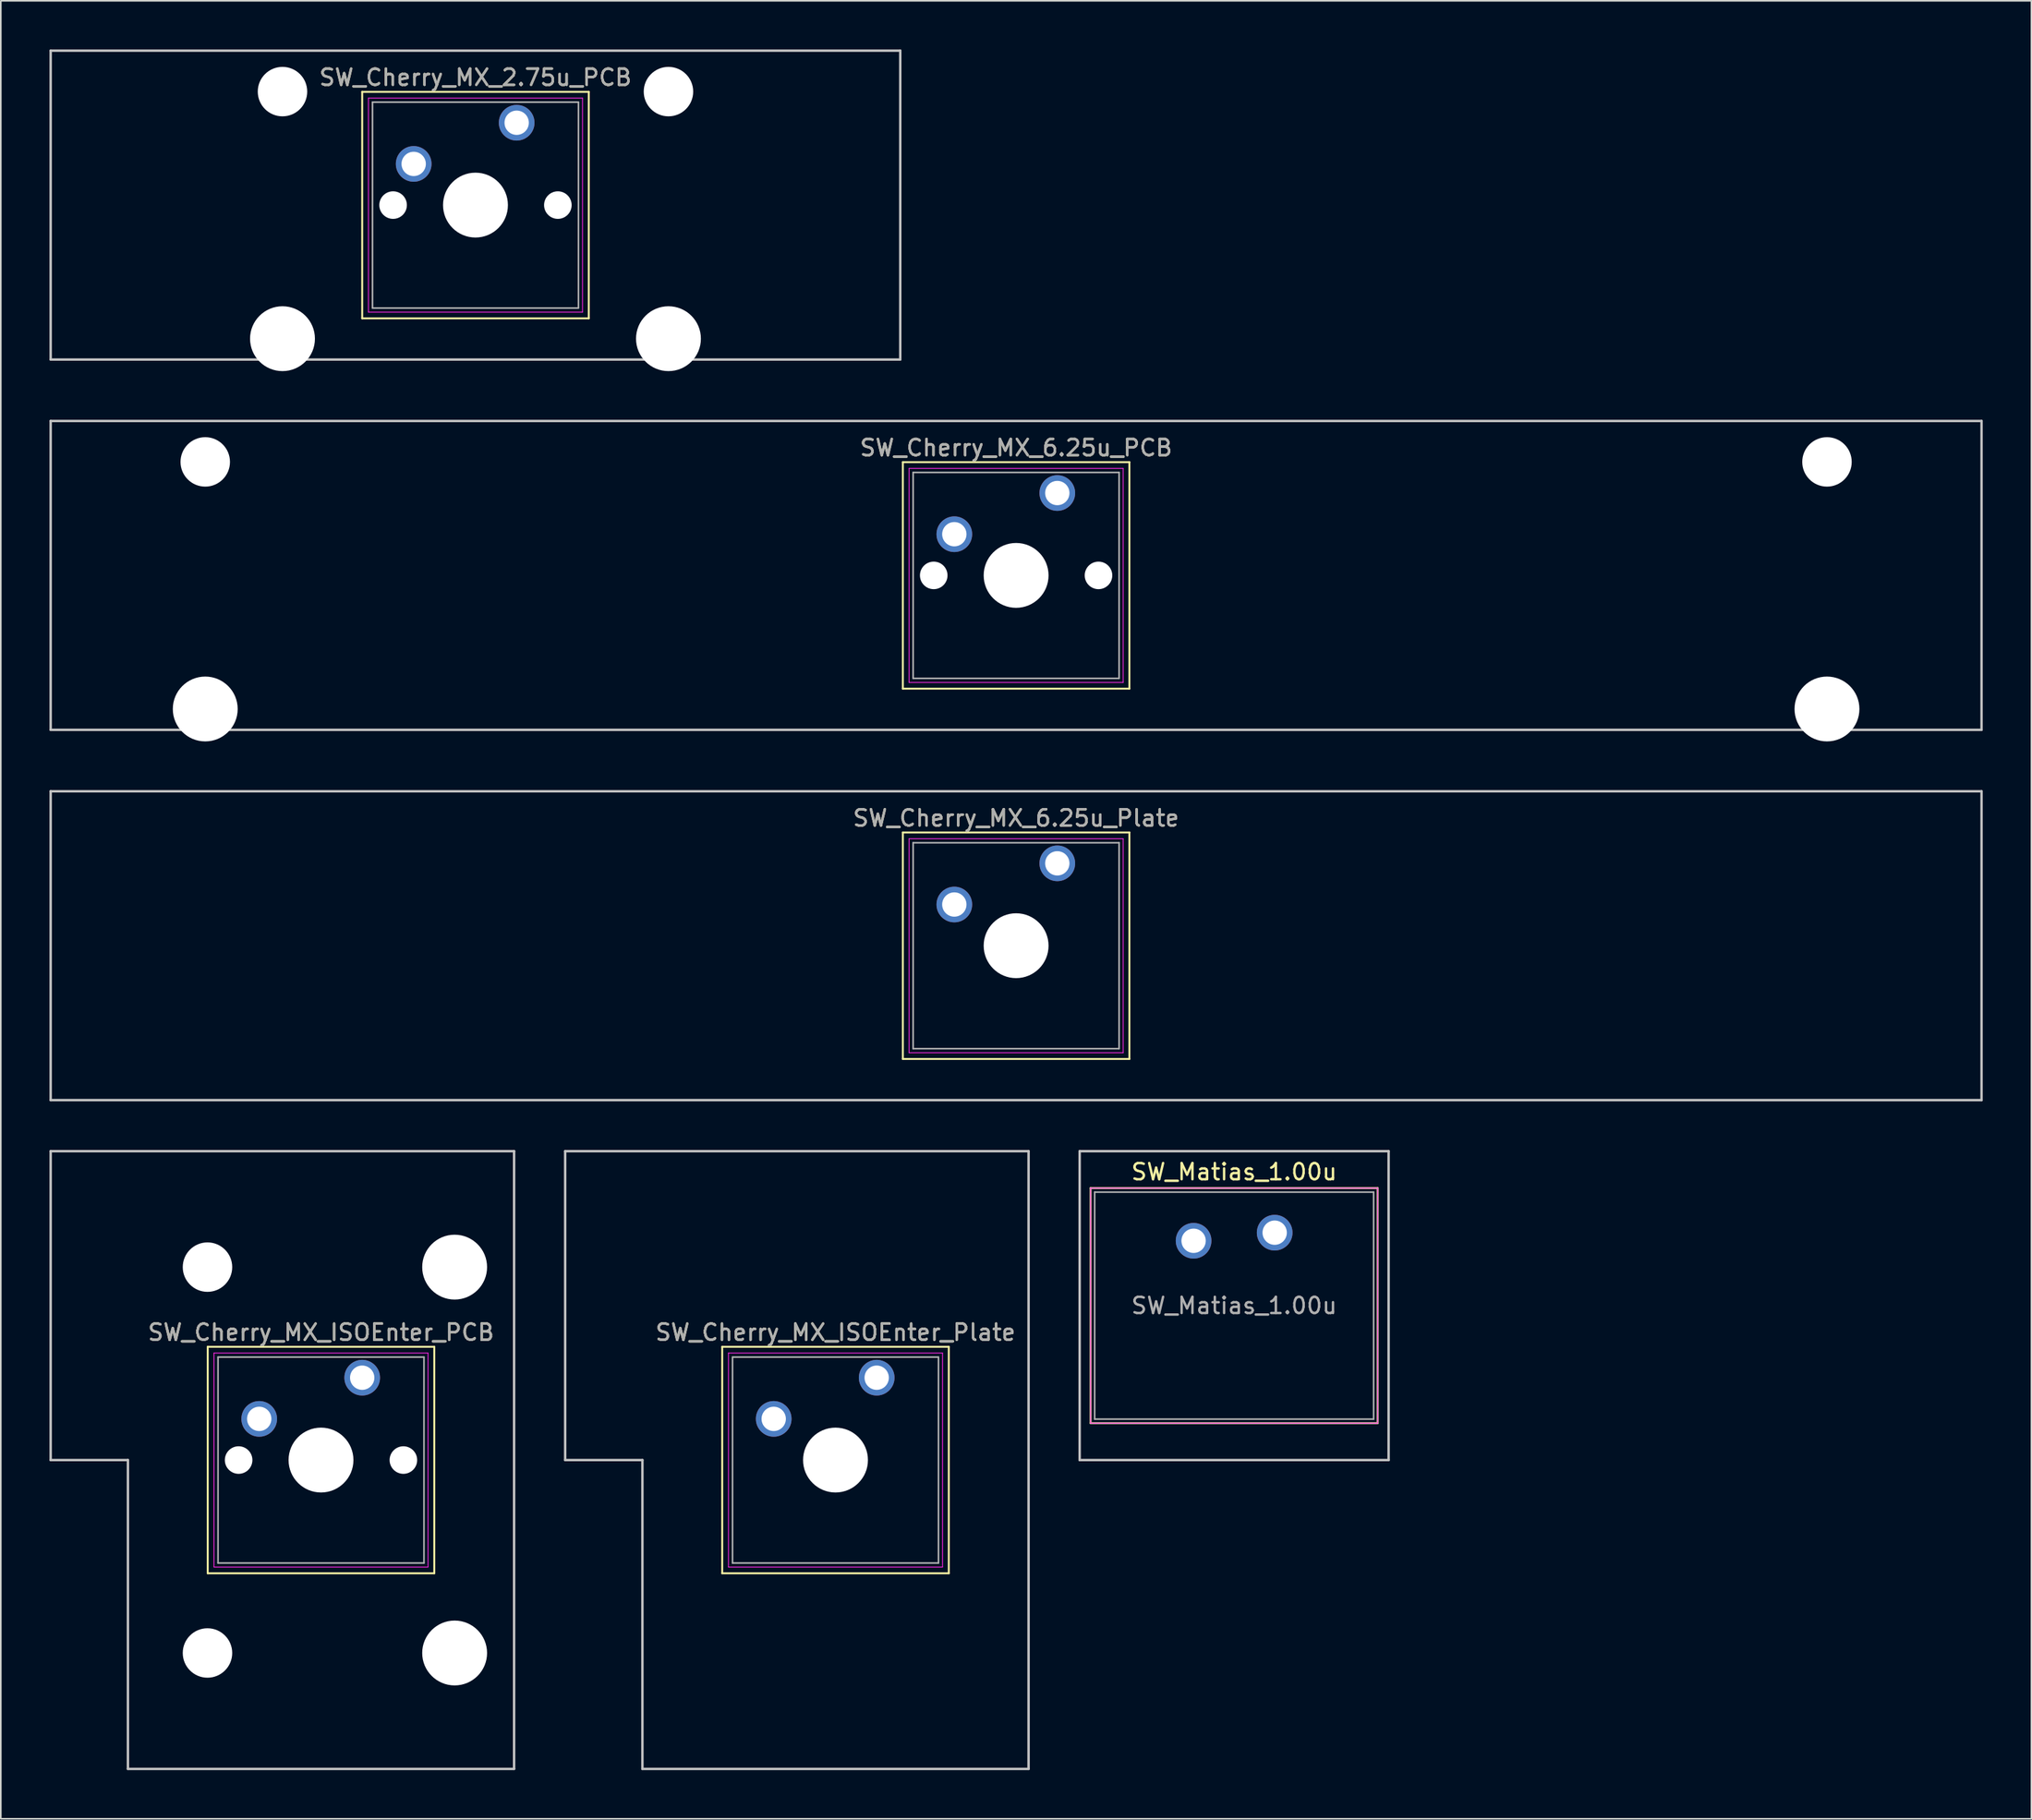
<source format=kicad_pcb>
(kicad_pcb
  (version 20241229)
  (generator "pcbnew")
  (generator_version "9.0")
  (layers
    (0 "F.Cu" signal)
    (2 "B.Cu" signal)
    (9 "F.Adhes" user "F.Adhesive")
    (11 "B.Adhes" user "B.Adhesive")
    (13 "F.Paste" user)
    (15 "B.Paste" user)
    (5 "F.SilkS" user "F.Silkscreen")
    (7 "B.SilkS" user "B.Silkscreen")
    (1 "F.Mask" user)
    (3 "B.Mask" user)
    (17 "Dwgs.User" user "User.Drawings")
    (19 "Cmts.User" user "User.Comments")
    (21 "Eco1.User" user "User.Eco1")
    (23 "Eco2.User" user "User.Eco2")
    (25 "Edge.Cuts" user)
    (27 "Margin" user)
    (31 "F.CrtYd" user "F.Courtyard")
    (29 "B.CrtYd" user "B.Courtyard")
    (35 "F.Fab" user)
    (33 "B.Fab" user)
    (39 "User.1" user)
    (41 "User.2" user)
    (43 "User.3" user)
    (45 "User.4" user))
  (footprint "SW_Cherry_MX_ISOEnter_PCB"
    (layer "F.Cu")
    (at 19.284 81.925)
    (property "Reference" "SW_Cherry_MX_ISOEnter_PCB" (at -2.54 -2.794 0) (layer "F.SilkS") (effects (font (size 1 1) (thickness 0.15))))
    (attr through_hole)
    (fp_line (start -9.525 -1.905) (end 4.445 -1.905) (stroke (width 0.12) (type solid)) (layer "F.SilkS"))
    (fp_line (start -9.525 12.065) (end -9.525 -1.905) (stroke (width 0.12) (type solid)) (layer "F.SilkS"))
    (fp_line (start 4.445 -1.905) (end 4.445 12.065) (stroke (width 0.12) (type solid)) (layer "F.SilkS"))
    (fp_line (start 4.445 12.065) (end -9.525 12.065) (stroke (width 0.12) (type solid)) (layer "F.SilkS"))
    (fp_line (start -19.209 -13.97) (end 9.366 -13.97) (stroke (width 0.15) (type solid)) (layer "Dwgs.User"))
    (fp_line (start -19.209 5.08) (end -19.209 -13.97) (stroke (width 0.15) (type solid)) (layer "Dwgs.User"))
    (fp_line (start -14.446 5.08) (end -19.209 5.08) (stroke (width 0.15) (type solid)) (layer "Dwgs.User"))
    (fp_line (start -14.446 24.13) (end -14.446 5.08) (stroke (width 0.15) (type solid)) (layer "Dwgs.User"))
    (fp_line (start 9.366 -13.97) (end 9.366 24.13) (stroke (width 0.15) (type solid)) (layer "Dwgs.User"))
    (fp_line (start 9.366 24.13) (end -14.446 24.13) (stroke (width 0.15) (type solid)) (layer "Dwgs.User"))
    (fp_line (start -9.14 -1.52) (end 4.06 -1.52) (stroke (width 0.05) (type solid)) (layer "F.CrtYd"))
    (fp_line (start -9.14 11.68) (end -9.14 -1.52) (stroke (width 0.05) (type solid)) (layer "F.CrtYd"))
    (fp_line (start 4.06 -1.52) (end 4.06 11.68) (stroke (width 0.05) (type solid)) (layer "F.CrtYd"))
    (fp_line (start 4.06 11.68) (end -9.14 11.68) (stroke (width 0.05) (type solid)) (layer "F.CrtYd"))
    (fp_line (start -8.89 -1.27) (end 3.81 -1.27) (stroke (width 0.1) (type solid)) (layer "F.Fab"))
    (fp_line (start -8.89 11.43) (end -8.89 -1.27) (stroke (width 0.1) (type solid)) (layer "F.Fab"))
    (fp_line (start 3.81 -1.27) (end 3.81 11.43) (stroke (width 0.1) (type solid)) (layer "F.Fab"))
    (fp_line (start 3.81 11.43) (end -8.89 11.43) (stroke (width 0.1) (type solid)) (layer "F.Fab"))
    (fp_text user "${REFERENCE}" (at -2.54 -2.794 0) (layer "F.Fab") (effects (font (size 1 1) (thickness 0.15))))
    (pad "" np_thru_hole circle (at -9.54 -6.82) (size 3.05 3.05) (drill 3.05) (layers "*.Cu" "*.Mask"))
    (pad "" np_thru_hole circle (at -9.54 16.98) (size 3.05 3.05) (drill 3.05) (layers "*.Cu" "*.Mask"))
    (pad "" np_thru_hole circle (at -7.62 5.08) (size 1.7 1.7) (drill 1.7) (layers "*.Cu" "*.Mask"))
    (pad "" np_thru_hole circle (at -2.54 5.08) (size 4 4) (drill 4) (layers "*.Cu" "*.Mask"))
    (pad "" np_thru_hole circle (at 2.54 5.08) (size 1.7 1.7) (drill 1.7) (layers "*.Cu" "*.Mask"))
    (pad "" np_thru_hole circle (at 5.7 -6.82) (size 4 4) (drill 4) (layers "*.Cu" "*.Mask"))
    (pad "" np_thru_hole circle (at 5.7 16.98) (size 4 4) (drill 4) (layers "*.Cu" "*.Mask"))
    (pad "1" thru_hole circle (at 0 0) (size 2.2 2.2) (drill 1.5) (layers "*.Cu" "*.Mask"))
    (pad "2" thru_hole circle (at -6.35 2.54) (size 2.2 2.2) (drill 1.5) (layers "*.Cu" "*.Mask")))
  (footprint "SW_Cherry_MX_ISOEnter_Plate"
    (layer "F.Cu")
    (at 51.009 81.925)
    (property "Reference" "SW_Cherry_MX_ISOEnter_Plate" (at -2.54 -2.794 0) (layer "F.SilkS") (effects (font (size 1 1) (thickness 0.15))))
    (attr through_hole)
    (fp_line (start -9.525 -1.905) (end 4.445 -1.905) (stroke (width 0.12) (type solid)) (layer "F.SilkS"))
    (fp_line (start -9.525 12.065) (end -9.525 -1.905) (stroke (width 0.12) (type solid)) (layer "F.SilkS"))
    (fp_line (start 4.445 -1.905) (end 4.445 12.065) (stroke (width 0.12) (type solid)) (layer "F.SilkS"))
    (fp_line (start 4.445 12.065) (end -9.525 12.065) (stroke (width 0.12) (type solid)) (layer "F.SilkS"))
    (fp_line (start -19.209 -13.97) (end 9.366 -13.97) (stroke (width 0.15) (type solid)) (layer "Dwgs.User"))
    (fp_line (start -19.209 5.08) (end -19.209 -13.97) (stroke (width 0.15) (type solid)) (layer "Dwgs.User"))
    (fp_line (start -14.446 5.08) (end -19.209 5.08) (stroke (width 0.15) (type solid)) (layer "Dwgs.User"))
    (fp_line (start -14.446 24.13) (end -14.446 5.08) (stroke (width 0.15) (type solid)) (layer "Dwgs.User"))
    (fp_line (start 9.366 -13.97) (end 9.366 24.13) (stroke (width 0.15) (type solid)) (layer "Dwgs.User"))
    (fp_line (start 9.366 24.13) (end -14.446 24.13) (stroke (width 0.15) (type solid)) (layer "Dwgs.User"))
    (fp_line (start -9.14 -1.52) (end 4.06 -1.52) (stroke (width 0.05) (type solid)) (layer "F.CrtYd"))
    (fp_line (start -9.14 11.68) (end -9.14 -1.52) (stroke (width 0.05) (type solid)) (layer "F.CrtYd"))
    (fp_line (start 4.06 -1.52) (end 4.06 11.68) (stroke (width 0.05) (type solid)) (layer "F.CrtYd"))
    (fp_line (start 4.06 11.68) (end -9.14 11.68) (stroke (width 0.05) (type solid)) (layer "F.CrtYd"))
    (fp_line (start -8.89 -1.27) (end 3.81 -1.27) (stroke (width 0.1) (type solid)) (layer "F.Fab"))
    (fp_line (start -8.89 11.43) (end -8.89 -1.27) (stroke (width 0.1) (type solid)) (layer "F.Fab"))
    (fp_line (start 3.81 -1.27) (end 3.81 11.43) (stroke (width 0.1) (type solid)) (layer "F.Fab"))
    (fp_line (start 3.81 11.43) (end -8.89 11.43) (stroke (width 0.1) (type solid)) (layer "F.Fab"))
    (fp_text user "${REFERENCE}" (at -2.54 -2.794 0) (layer "F.Fab") (effects (font (size 1 1) (thickness 0.15))))
    (pad "" np_thru_hole circle (at -2.54 5.08) (size 4 4) (drill 4) (layers "*.Cu" "*.Mask"))
    (pad "1" thru_hole circle (at 0 0) (size 2.2 2.2) (drill 1.5) (layers "*.Cu" "*.Mask"))
    (pad "2" thru_hole circle (at -6.35 2.54) (size 2.2 2.2) (drill 1.5) (layers "*.Cu" "*.Mask")))
  (footprint "SW_Cherry_MX_6.25u_PCB"
    (layer "F.Cu")
    (at 62.146 27.36)
    (property "Reference" "SW_Cherry_MX_6.25u_PCB" (at -2.54 -2.794 0) (layer "F.SilkS") (effects (font (size 1 1) (thickness 0.15))))
    (attr through_hole)
    (fp_line (start -9.525 -1.905) (end 4.445 -1.905) (stroke (width 0.12) (type solid)) (layer "F.SilkS"))
    (fp_line (start -9.525 12.065) (end -9.525 -1.905) (stroke (width 0.12) (type solid)) (layer "F.SilkS"))
    (fp_line (start 4.445 -1.905) (end 4.445 12.065) (stroke (width 0.12) (type solid)) (layer "F.SilkS"))
    (fp_line (start 4.445 12.065) (end -9.525 12.065) (stroke (width 0.12) (type solid)) (layer "F.SilkS"))
    (fp_line (start -62.071 -4.445) (end 56.991 -4.445) (stroke (width 0.15) (type solid)) (layer "Dwgs.User"))
    (fp_line (start -62.071 14.605) (end -62.071 -4.445) (stroke (width 0.15) (type solid)) (layer "Dwgs.User"))
    (fp_line (start 56.991 -4.445) (end 56.991 14.605) (stroke (width 0.15) (type solid)) (layer "Dwgs.User"))
    (fp_line (start 56.991 14.605) (end -62.071 14.605) (stroke (width 0.15) (type solid)) (layer "Dwgs.User"))
    (fp_line (start -9.14 -1.52) (end 4.06 -1.52) (stroke (width 0.05) (type solid)) (layer "F.CrtYd"))
    (fp_line (start -9.14 11.68) (end -9.14 -1.52) (stroke (width 0.05) (type solid)) (layer "F.CrtYd"))
    (fp_line (start 4.06 -1.52) (end 4.06 11.68) (stroke (width 0.05) (type solid)) (layer "F.CrtYd"))
    (fp_line (start 4.06 11.68) (end -9.14 11.68) (stroke (width 0.05) (type solid)) (layer "F.CrtYd"))
    (fp_line (start -8.89 -1.27) (end 3.81 -1.27) (stroke (width 0.1) (type solid)) (layer "F.Fab"))
    (fp_line (start -8.89 11.43) (end -8.89 -1.27) (stroke (width 0.1) (type solid)) (layer "F.Fab"))
    (fp_line (start 3.81 -1.27) (end 3.81 11.43) (stroke (width 0.1) (type solid)) (layer "F.Fab"))
    (fp_line (start 3.81 11.43) (end -8.89 11.43) (stroke (width 0.1) (type solid)) (layer "F.Fab"))
    (fp_text user "${REFERENCE}" (at -2.54 -2.794 0) (layer "F.Fab") (effects (font (size 1 1) (thickness 0.15))))
    (pad "" np_thru_hole circle (at -52.54 -1.92) (size 3.05 3.05) (drill 3.05) (layers "*.Cu" "*.Mask"))
    (pad "" np_thru_hole circle (at -52.54 13.32) (size 4 4) (drill 4) (layers "*.Cu" "*.Mask"))
    (pad "" np_thru_hole circle (at -7.62 5.08) (size 1.7 1.7) (drill 1.7) (layers "*.Cu" "*.Mask"))
    (pad "" np_thru_hole circle (at -2.54 5.08) (size 4 4) (drill 4) (layers "*.Cu" "*.Mask"))
    (pad "" np_thru_hole circle (at 2.54 5.08) (size 1.7 1.7) (drill 1.7) (layers "*.Cu" "*.Mask"))
    (pad "" np_thru_hole circle (at 47.46 -1.92) (size 3.05 3.05) (drill 3.05) (layers "*.Cu" "*.Mask"))
    (pad "" np_thru_hole circle (at 47.46 13.32) (size 4 4) (drill 4) (layers "*.Cu" "*.Mask"))
    (pad "1" thru_hole circle (at 0 0) (size 2.2 2.2) (drill 1.5) (layers "*.Cu" "*.Mask"))
    (pad "2" thru_hole circle (at -6.35 2.54) (size 2.2 2.2) (drill 1.5) (layers "*.Cu" "*.Mask")))
  (footprint "SW_Cherry_MX_6.25u_Plate"
    (layer "F.Cu")
    (at 62.146 50.2)
    (property "Reference" "SW_Cherry_MX_6.25u_Plate" (at -2.54 -2.794 0) (layer "F.SilkS") (effects (font (size 1 1) (thickness 0.15))))
    (attr through_hole)
    (fp_line (start -9.525 -1.905) (end 4.445 -1.905) (stroke (width 0.12) (type solid)) (layer "F.SilkS"))
    (fp_line (start -9.525 12.065) (end -9.525 -1.905) (stroke (width 0.12) (type solid)) (layer "F.SilkS"))
    (fp_line (start 4.445 -1.905) (end 4.445 12.065) (stroke (width 0.12) (type solid)) (layer "F.SilkS"))
    (fp_line (start 4.445 12.065) (end -9.525 12.065) (stroke (width 0.12) (type solid)) (layer "F.SilkS"))
    (fp_line (start -62.071 -4.445) (end 56.991 -4.445) (stroke (width 0.15) (type solid)) (layer "Dwgs.User"))
    (fp_line (start -62.071 14.605) (end -62.071 -4.445) (stroke (width 0.15) (type solid)) (layer "Dwgs.User"))
    (fp_line (start 56.991 -4.445) (end 56.991 14.605) (stroke (width 0.15) (type solid)) (layer "Dwgs.User"))
    (fp_line (start 56.991 14.605) (end -62.071 14.605) (stroke (width 0.15) (type solid)) (layer "Dwgs.User"))
    (fp_line (start -9.14 -1.52) (end 4.06 -1.52) (stroke (width 0.05) (type solid)) (layer "F.CrtYd"))
    (fp_line (start -9.14 11.68) (end -9.14 -1.52) (stroke (width 0.05) (type solid)) (layer "F.CrtYd"))
    (fp_line (start 4.06 -1.52) (end 4.06 11.68) (stroke (width 0.05) (type solid)) (layer "F.CrtYd"))
    (fp_line (start 4.06 11.68) (end -9.14 11.68) (stroke (width 0.05) (type solid)) (layer "F.CrtYd"))
    (fp_line (start -8.89 -1.27) (end 3.81 -1.27) (stroke (width 0.1) (type solid)) (layer "F.Fab"))
    (fp_line (start -8.89 11.43) (end -8.89 -1.27) (stroke (width 0.1) (type solid)) (layer "F.Fab"))
    (fp_line (start 3.81 -1.27) (end 3.81 11.43) (stroke (width 0.1) (type solid)) (layer "F.Fab"))
    (fp_line (start 3.81 11.43) (end -8.89 11.43) (stroke (width 0.1) (type solid)) (layer "F.Fab"))
    (fp_text user "${REFERENCE}" (at -2.54 -2.794 0) (layer "F.Fab") (effects (font (size 1 1) (thickness 0.15))))
    (pad "" np_thru_hole circle (at -2.54 5.08) (size 4 4) (drill 4) (layers "*.Cu" "*.Mask"))
    (pad "1" thru_hole circle (at 0 0) (size 2.2 2.2) (drill 1.5) (layers "*.Cu" "*.Mask"))
    (pad "2" thru_hole circle (at -6.35 2.54) (size 2.2 2.2) (drill 1.5) (layers "*.Cu" "*.Mask")))
  (footprint "SW_Matias_1.00u"
    (layer "F.Cu")
    (at 75.55 72.98)
    (property "Reference" "SW_Matias_1.00u" (at -2.5 -3.75 0) (layer "F.SilkS") (effects (font (size 1 1) (thickness 0.15))))
    (attr through_hole)
    (fp_line (start -11.35 -2.75) (end 6.35 -2.75) (stroke (width 0.12) (type solid)) (layer "F.SilkS"))
    (fp_line (start -11.35 11.75) (end -11.35 -2.75) (stroke (width 0.12) (type solid)) (layer "F.SilkS"))
    (fp_line (start 6.35 -2.75) (end 6.35 11.75) (stroke (width 0.12) (type solid)) (layer "F.SilkS"))
    (fp_line (start 6.35 11.75) (end -11.35 11.75) (stroke (width 0.12) (type solid)) (layer "F.SilkS"))
    (fp_line (start -12.025 -5.025) (end 7.025 -5.025) (stroke (width 0.15) (type solid)) (layer "Dwgs.User"))
    (fp_line (start -12.025 14.025) (end -12.025 -5.025) (stroke (width 0.15) (type solid)) (layer "Dwgs.User"))
    (fp_line (start 7.025 -5.025) (end 7.025 14.025) (stroke (width 0.15) (type solid)) (layer "Dwgs.User"))
    (fp_line (start 7.025 14.025) (end -12.025 14.025) (stroke (width 0.15) (type solid)) (layer "Dwgs.User"))
    (fp_line (start -11.35 -2.75) (end -11.35 11.75) (stroke (width 0.05) (type solid)) (layer "F.CrtYd"))
    (fp_line (start -11.35 -2.75) (end 6.35 -2.75) (stroke (width 0.05) (type solid)) (layer "F.CrtYd"))
    (fp_line (start -11.35 11.75) (end 6.35 11.75) (stroke (width 0.05) (type solid)) (layer "F.CrtYd"))
    (fp_line (start 6.35 11.75) (end 6.35 -2.75) (stroke (width 0.05) (type solid)) (layer "F.CrtYd"))
    (fp_line (start -11.1 -2.5) (end 6.1 -2.5) (stroke (width 0.1) (type solid)) (layer "F.Fab"))
    (fp_line (start -11.1 11.5) (end -11.1 -2.5) (stroke (width 0.1) (type solid)) (layer "F.Fab"))
    (fp_line (start 6.1 -2.5) (end 6.1 11.5) (stroke (width 0.1) (type solid)) (layer "F.Fab"))
    (fp_line (start 6.1 11.5) (end -11.1 11.5) (stroke (width 0.1) (type solid)) (layer "F.Fab"))
    (fp_text user "${REFERENCE}" (at -2.5 4.5 0) (layer "F.Fab") (effects (font (size 1 1) (thickness 0.15))))
    (pad "1" thru_hole circle (at 0 0) (size 2.2 2.2) (drill 1.5) (layers "*.Cu" "*.Mask"))
    (pad "2" thru_hole circle (at -5 0.5) (size 2.2 2.2) (drill 1.5) (layers "*.Cu" "*.Mask")))
  (footprint "SW_Cherry_MX_2.75u_PCB"
    (layer "F.Cu")
    (at 28.809 4.52)
    (property "Reference" "SW_Cherry_MX_2.75u_PCB" (at -2.54 -2.794 0) (layer "F.SilkS") (effects (font (size 1 1) (thickness 0.15))))
    (attr through_hole)
    (fp_line (start -9.525 -1.905) (end 4.445 -1.905) (stroke (width 0.12) (type solid)) (layer "F.SilkS"))
    (fp_line (start -9.525 12.065) (end -9.525 -1.905) (stroke (width 0.12) (type solid)) (layer "F.SilkS"))
    (fp_line (start 4.445 -1.905) (end 4.445 12.065) (stroke (width 0.12) (type solid)) (layer "F.SilkS"))
    (fp_line (start 4.445 12.065) (end -9.525 12.065) (stroke (width 0.12) (type solid)) (layer "F.SilkS"))
    (fp_line (start -28.734 -4.445) (end 23.654 -4.445) (stroke (width 0.15) (type solid)) (layer "Dwgs.User"))
    (fp_line (start -28.734 14.605) (end -28.734 -4.445) (stroke (width 0.15) (type solid)) (layer "Dwgs.User"))
    (fp_line (start 23.654 -4.445) (end 23.654 14.605) (stroke (width 0.15) (type solid)) (layer "Dwgs.User"))
    (fp_line (start 23.654 14.605) (end -28.734 14.605) (stroke (width 0.15) (type solid)) (layer "Dwgs.User"))
    (fp_line (start -9.14 -1.52) (end 4.06 -1.52) (stroke (width 0.05) (type solid)) (layer "F.CrtYd"))
    (fp_line (start -9.14 11.68) (end -9.14 -1.52) (stroke (width 0.05) (type solid)) (layer "F.CrtYd"))
    (fp_line (start 4.06 -1.52) (end 4.06 11.68) (stroke (width 0.05) (type solid)) (layer "F.CrtYd"))
    (fp_line (start 4.06 11.68) (end -9.14 11.68) (stroke (width 0.05) (type solid)) (layer "F.CrtYd"))
    (fp_line (start -8.89 -1.27) (end 3.81 -1.27) (stroke (width 0.1) (type solid)) (layer "F.Fab"))
    (fp_line (start -8.89 11.43) (end -8.89 -1.27) (stroke (width 0.1) (type solid)) (layer "F.Fab"))
    (fp_line (start 3.81 -1.27) (end 3.81 11.43) (stroke (width 0.1) (type solid)) (layer "F.Fab"))
    (fp_line (start 3.81 11.43) (end -8.89 11.43) (stroke (width 0.1) (type solid)) (layer "F.Fab"))
    (fp_text user "${REFERENCE}" (at -2.54 -2.794 0) (layer "F.Fab") (effects (font (size 1 1) (thickness 0.15))))
    (pad "" np_thru_hole circle (at -14.44 -1.92) (size 3.05 3.05) (drill 3.05) (layers "*.Cu" "*.Mask"))
    (pad "" np_thru_hole circle (at -14.44 13.32) (size 4 4) (drill 4) (layers "*.Cu" "*.Mask"))
    (pad "" np_thru_hole circle (at -7.62 5.08) (size 1.7 1.7) (drill 1.7) (layers "*.Cu" "*.Mask"))
    (pad "" np_thru_hole circle (at -2.54 5.08) (size 4 4) (drill 4) (layers "*.Cu" "*.Mask"))
    (pad "" np_thru_hole circle (at 2.54 5.08) (size 1.7 1.7) (drill 1.7) (layers "*.Cu" "*.Mask"))
    (pad "" np_thru_hole circle (at 9.36 -1.92) (size 3.05 3.05) (drill 3.05) (layers "*.Cu" "*.Mask"))
    (pad "" np_thru_hole circle (at 9.36 13.32) (size 4 4) (drill 4) (layers "*.Cu" "*.Mask"))
    (pad "1" thru_hole circle (at 0 0) (size 2.2 2.2) (drill 1.5) (layers "*.Cu" "*.Mask"))
    (pad "2" thru_hole circle (at -6.35 2.54) (size 2.2 2.2) (drill 1.5) (layers "*.Cu" "*.Mask")))
  (gr_rect
    (start -3 -3)
    (end 122.213 109.13)
    (stroke (width 0.1) (type default))
    (fill no)
    (layer "Edge.Cuts")))
</source>
